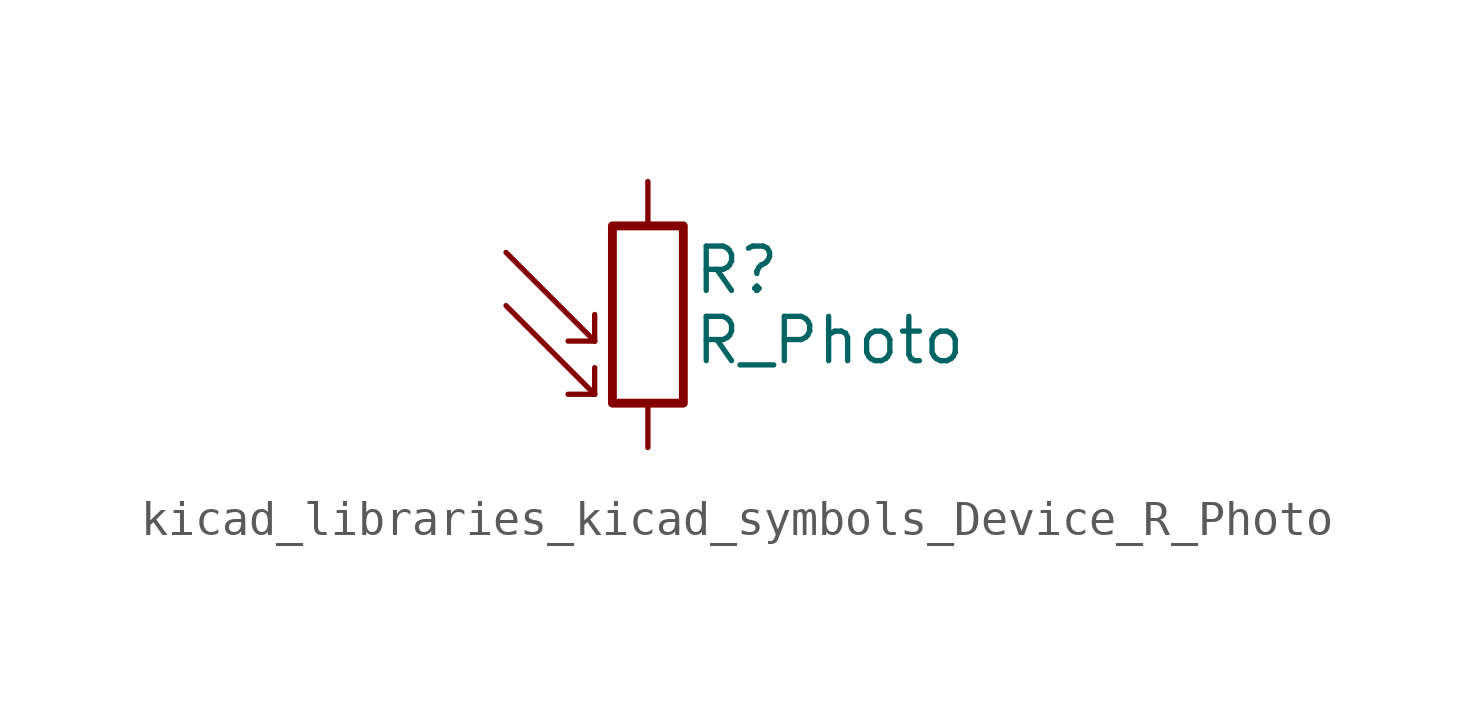
<source format=kicad_sym>
(kicad_symbol_lib
  (version 20220914)
  (generator kicad_symbol_editor)
  (symbol "kicad_libraries_kicad_symbols_Device_R_Photo"
    (pin_numbers hide)
    (pin_names
      (offset 0))
    (property "Reference" "R"
      (at 1.27 1.27 0)
      (effects (font (size 1.27 1.27)) (justify left)))
    (property "Value" "R_Photo"
      (at 1.27 0 0)
      (effects (font (size 1.27 1.27)) (justify left top)))
    (symbol "kicad_libraries_kicad_symbols_Device_R_Photo_0_1"
      (rectangle (start -1.016 2.54) (end 1.016 -2.54) (stroke (width 0.254) (type default)) (fill (type none)))
      (polyline (pts (xy -1.524 -2.286) (xy -4.064 0.254)) (stroke (width 0) (type default)) (fill (type none)))
      (polyline (pts (xy -1.524 -2.286) (xy -2.286 -2.286)) (stroke (width 0) (type default)) (fill (type none)))
      (polyline (pts (xy -1.524 -2.286) (xy -1.524 -1.524)) (stroke (width 0) (type default)) (fill (type none)))
      (polyline (pts (xy -1.524 -0.762) (xy -4.064 1.778)) (stroke (width 0) (type default)) (fill (type none)))
      (polyline (pts (xy -1.524 -0.762) (xy -2.286 -0.762)) (stroke (width 0) (type default)) (fill (type none)))
      (polyline (pts (xy -1.524 -0.762) (xy -1.524 0)) (stroke (width 0) (type default)) (fill (type none))))
    (symbol "kicad_libraries_kicad_symbols_Device_R_Photo_1_1"
      (pin passive line (at 0 3.81 270) (length 1.27) (name "~" (effects (font (size 1.27 1.27)))) (number "1" (effects (font (size 1.27 1.27)))))
      (pin passive line (at 0 -3.81 90) (length 1.27) (name "~" (effects (font (size 1.27 1.27)))) (number "2" (effects (font (size 1.27 1.27))))))))
</source>
